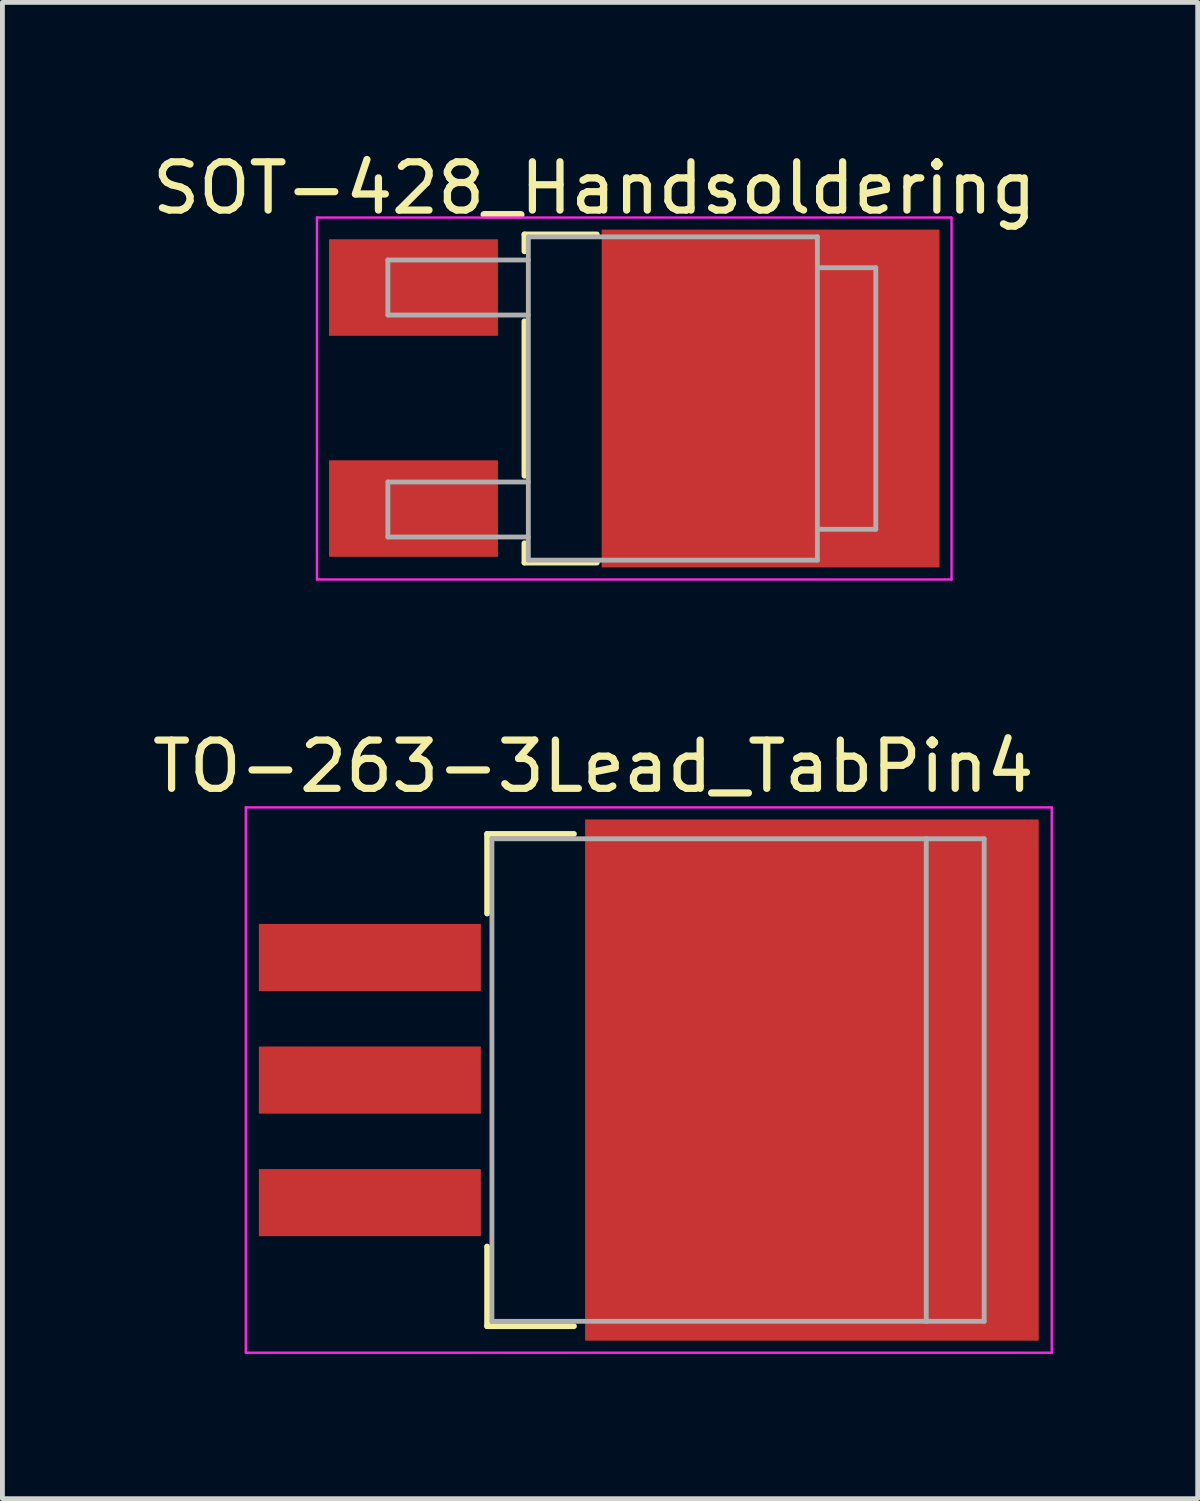
<source format=kicad_pcb>
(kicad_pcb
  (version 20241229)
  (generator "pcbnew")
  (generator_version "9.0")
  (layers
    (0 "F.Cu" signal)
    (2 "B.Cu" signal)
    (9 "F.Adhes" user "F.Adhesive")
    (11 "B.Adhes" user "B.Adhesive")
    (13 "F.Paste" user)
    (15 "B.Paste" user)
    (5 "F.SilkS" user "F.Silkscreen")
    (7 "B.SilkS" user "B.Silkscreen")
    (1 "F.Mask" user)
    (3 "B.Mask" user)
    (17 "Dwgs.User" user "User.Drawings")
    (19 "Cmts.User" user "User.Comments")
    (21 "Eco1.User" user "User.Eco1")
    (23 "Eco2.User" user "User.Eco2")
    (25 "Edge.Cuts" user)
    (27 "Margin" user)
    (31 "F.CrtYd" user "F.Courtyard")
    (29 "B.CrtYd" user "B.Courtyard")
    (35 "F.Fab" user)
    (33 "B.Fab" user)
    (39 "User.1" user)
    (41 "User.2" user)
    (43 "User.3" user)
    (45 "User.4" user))
  (footprint "TO-263-3Lead_TabPin4"
    (layer "F.Cu")
    (at 9.194 19.331)
    (property "Reference" "TO-263-3Lead_TabPin4" (at 0.05 -6.5 180) (layer "F.SilkS") (effects (font (size 1 1) (thickness 0.15))))
    (attr smd)
    (fp_line (start -2.15 -5.1) (end -2.15 -3.45) (stroke (width 0.12) (type solid)) (layer "F.SilkS"))
    (fp_line (start -2.15 3.45) (end -2.15 5.1) (stroke (width 0.12) (type solid)) (layer "F.SilkS"))
    (fp_line (start -2.15 5.1) (end -0.35 5.1) (stroke (width 0.12) (type solid)) (layer "F.SilkS"))
    (fp_line (start -0.35 -5.1) (end -2.15 -5.1) (stroke (width 0.12) (type solid)) (layer "F.SilkS"))
    (fp_line (start -7.15 -5.65) (end -7.15 5.65) (stroke (width 0.05) (type solid)) (layer "F.CrtYd"))
    (fp_line (start 9.55 -5.65) (end -7.15 -5.65) (stroke (width 0.05) (type solid)) (layer "F.CrtYd"))
    (fp_line (start 9.55 -5.65) (end 9.55 5.65) (stroke (width 0.05) (type solid)) (layer "F.CrtYd"))
    (fp_line (start 9.55 5.65) (end -7.15 5.65) (stroke (width 0.05) (type solid)) (layer "F.CrtYd"))
    (fp_line (start -2.05 -5) (end -2.05 5) (stroke (width 0.1) (type solid)) (layer "F.Fab"))
    (fp_line (start -2.05 5) (end 6.95 5) (stroke (width 0.1) (type solid)) (layer "F.Fab"))
    (fp_line (start 6.95 -5) (end -2.05 -5) (stroke (width 0.1) (type solid)) (layer "F.Fab"))
    (fp_line (start 6.95 5) (end 6.95 -5) (stroke (width 0.1) (type solid)) (layer "F.Fab"))
    (fp_line (start 6.95 5) (end 8.15 5) (stroke (width 0.1) (type solid)) (layer "F.Fab"))
    (fp_line (start 8.15 -5) (end 6.95 -5) (stroke (width 0.1) (type solid)) (layer "F.Fab"))
    (fp_line (start 8.15 5) (end 8.15 -5) (stroke (width 0.1) (type solid)) (layer "F.Fab"))
    (pad "1" smd rect (at -4.58 -2.54) (size 4.6 1.39) (layers "F.Cu" "F.Mask" "F.Paste"))
    (pad "2" smd rect (at -4.58 0) (size 4.6 1.39) (layers "F.Cu" "F.Mask" "F.Paste"))
    (pad "3" smd rect (at -4.58 2.54) (size 4.6 1.39) (layers "F.Cu" "F.Mask" "F.Paste"))
    (pad "4" smd rect (at 4.58 0) (size 9.4 10.8) (layers "F.Cu" "F.Mask" "F.Paste")))
  (footprint "SOT-428_Handsoldering"
    (layer "F.Cu")
    (at 9.218 5.198)
    (property "Reference" "SOT-428_Handsoldering" (at 0.05 -4.35 0) (layer "F.SilkS") (effects (font (size 1 1) (thickness 0.15))))
    (attr smd)
    (fp_line (start -1.4 -3.39) (end 0.1 -3.39) (stroke (width 0.12) (type solid)) (layer "F.SilkS"))
    (fp_line (start -1.4 -3.04) (end -1.4 -3.39) (stroke (width 0.12) (type solid)) (layer "F.SilkS"))
    (fp_line (start -1.4 1.61) (end -1.4 -1.59) (stroke (width 0.12) (type solid)) (layer "F.SilkS"))
    (fp_line (start -1.4 3.41) (end -1.4 3.01) (stroke (width 0.12) (type solid)) (layer "F.SilkS"))
    (fp_line (start 0.1 3.41) (end -1.4 3.41) (stroke (width 0.12) (type solid)) (layer "F.SilkS"))
    (fp_line (start -5.7 3.76) (end -5.7 -3.74) (stroke (width 0.05) (type solid)) (layer "F.CrtYd"))
    (fp_line (start -5.7 3.76) (end 7.45 3.76) (stroke (width 0.05) (type solid)) (layer "F.CrtYd"))
    (fp_line (start 7.45 -3.74) (end -5.7 -3.74) (stroke (width 0.05) (type solid)) (layer "F.CrtYd"))
    (fp_line (start 7.45 -3.74) (end 7.45 3.76) (stroke (width 0.05) (type solid)) (layer "F.CrtYd"))
    (fp_line (start -4.23 -2.86) (end -4.23 -1.72) (stroke (width 0.1) (type solid)) (layer "F.Fab"))
    (fp_line (start -4.23 -1.72) (end -1.32 -1.72) (stroke (width 0.1) (type solid)) (layer "F.Fab"))
    (fp_line (start -4.23 1.74) (end -4.23 2.88) (stroke (width 0.1) (type solid)) (layer "F.Fab"))
    (fp_line (start -4.23 2.88) (end -1.32 2.88) (stroke (width 0.1) (type solid)) (layer "F.Fab"))
    (fp_line (start -1.32 -2.86) (end -4.23 -2.86) (stroke (width 0.1) (type solid)) (layer "F.Fab"))
    (fp_line (start -1.32 1.74) (end -4.23 1.74) (stroke (width 0.1) (type solid)) (layer "F.Fab"))
    (fp_line (start -1.32 3.36) (end -1.32 -3.34) (stroke (width 0.1) (type solid)) (layer "F.Fab"))
    (fp_line (start -1.32 3.36) (end 4.67 3.36) (stroke (width 0.1) (type solid)) (layer "F.Fab"))
    (fp_line (start 4.67 -3.34) (end -1.32 -3.34) (stroke (width 0.1) (type solid)) (layer "F.Fab"))
    (fp_line (start 4.67 3.36) (end 4.67 -3.34) (stroke (width 0.1) (type solid)) (layer "F.Fab"))
    (fp_line (start 4.68 -2.7) (end 5.88 -2.7) (stroke (width 0.1) (type solid)) (layer "F.Fab"))
    (fp_line (start 5.88 -2.7) (end 5.88 2.72) (stroke (width 0.1) (type solid)) (layer "F.Fab"))
    (fp_line (start 5.88 2.72) (end 4.67 2.72) (stroke (width 0.1) (type solid)) (layer "F.Fab"))
    (pad "1" smd rect (at -3.7 -2.29 270) (size 2 3.5) (layers "F.Cu" "F.Mask" "F.Paste"))
    (pad "2" smd rect (at 3.7 0.01 270) (size 7 7) (layers "F.Cu" "F.Mask" "F.Paste"))
    (pad "3" smd rect (at -3.7 2.29 270) (size 2 3.5) (layers "F.Cu" "F.Mask" "F.Paste")))
  (gr_rect
    (start -3 -3)
    (end 21.769 28.006)
    (stroke (width 0.1) (type default))
    (fill no)
    (layer "Edge.Cuts")))
</source>
